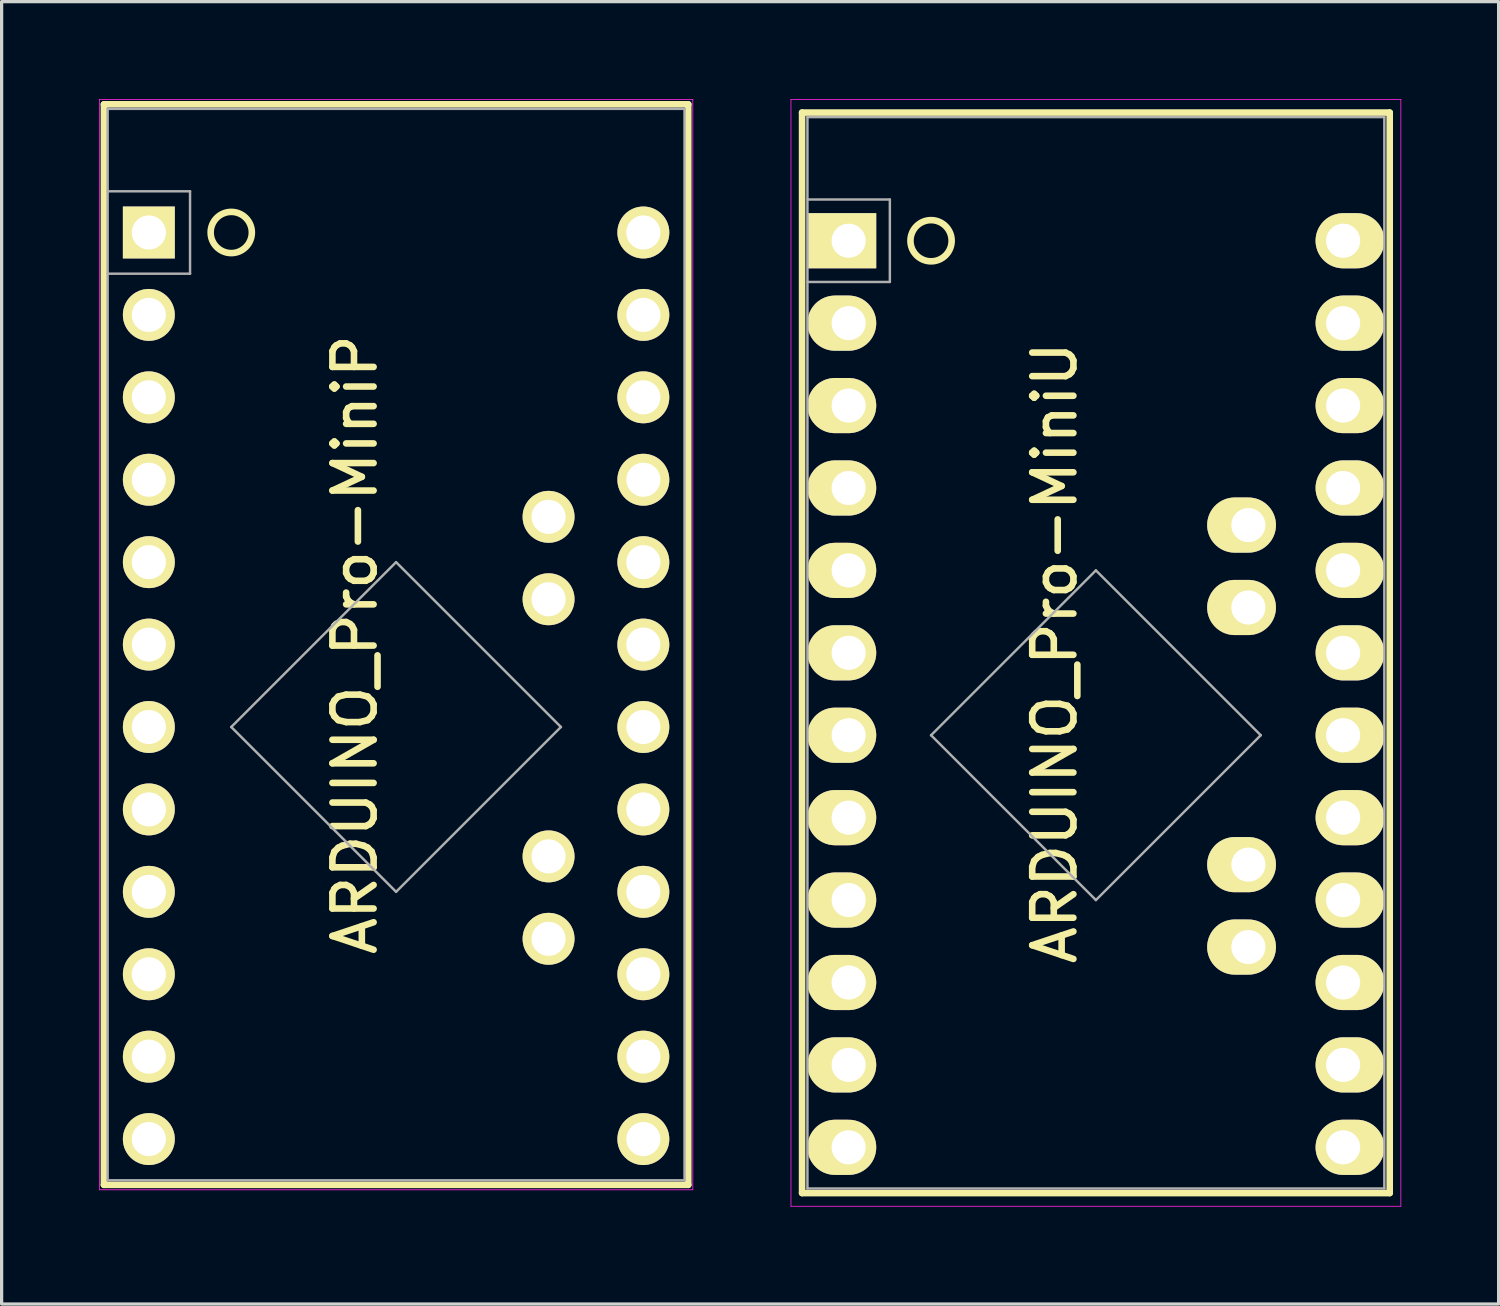
<source format=kicad_pcb>
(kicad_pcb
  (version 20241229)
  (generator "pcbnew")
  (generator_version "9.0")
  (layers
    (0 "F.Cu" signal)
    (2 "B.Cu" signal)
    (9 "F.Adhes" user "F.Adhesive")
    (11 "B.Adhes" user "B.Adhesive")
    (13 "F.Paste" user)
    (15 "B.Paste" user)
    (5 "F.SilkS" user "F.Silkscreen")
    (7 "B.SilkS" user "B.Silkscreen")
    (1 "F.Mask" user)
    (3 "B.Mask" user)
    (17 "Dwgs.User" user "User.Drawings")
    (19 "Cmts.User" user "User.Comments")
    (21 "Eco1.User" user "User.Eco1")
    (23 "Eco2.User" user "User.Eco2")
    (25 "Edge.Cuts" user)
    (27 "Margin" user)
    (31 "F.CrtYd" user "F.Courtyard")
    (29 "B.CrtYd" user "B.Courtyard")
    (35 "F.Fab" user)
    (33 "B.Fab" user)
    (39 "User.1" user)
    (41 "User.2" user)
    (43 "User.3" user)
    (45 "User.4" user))
  (footprint "ARDUINO_Pro-MiniU"
    (layer "F.Cu")
    (at 30.724 17.069)
    (property "Reference" "ARDUINO_Pro-MiniU" (at -1.27 0 90) (layer "F.SilkS") (effects (font (size 1.27 1.27) (thickness 0.203))))
    (attr through_hole)
    (fp_line (start -9.055 -16.65) (end 9.055 -16.65) (stroke (width 0.203) (type solid)) (layer "F.SilkS"))
    (fp_line (start -9.055 16.65) (end -9.055 -16.65) (stroke (width 0.203) (type solid)) (layer "F.SilkS"))
    (fp_line (start 9.055 -16.65) (end 9.055 16.65) (stroke (width 0.203) (type solid)) (layer "F.SilkS"))
    (fp_line (start 9.055 16.65) (end -9.055 16.65) (stroke (width 0.203) (type solid)) (layer "F.SilkS"))
    (fp_circle (center -5.08 -12.7) (end -4.445 -12.7) (stroke (width 0.203) (type solid)) (fill no) (layer "F.SilkS"))
    (fp_line (start -9.398 -17.056) (end 9.398 -17.056) (stroke (width 0.025) (type solid)) (layer "F.CrtYd"))
    (fp_line (start -9.398 17.056) (end -9.398 -17.056) (stroke (width 0.025) (type solid)) (layer "F.CrtYd"))
    (fp_line (start 9.398 -17.056) (end 9.398 17.056) (stroke (width 0.025) (type solid)) (layer "F.CrtYd"))
    (fp_line (start 9.398 17.056) (end -9.398 17.056) (stroke (width 0.025) (type solid)) (layer "F.CrtYd"))
    (fp_line (start -8.89 -16.51) (end 8.89 -16.51) (stroke (width 0.076) (type solid)) (layer "F.Fab"))
    (fp_line (start -8.89 -13.97) (end -6.35 -13.97) (stroke (width 0.076) (type solid)) (layer "F.Fab"))
    (fp_line (start -8.89 16.51) (end -8.89 -16.51) (stroke (width 0.076) (type solid)) (layer "F.Fab"))
    (fp_line (start -6.35 -13.97) (end -6.35 -11.43) (stroke (width 0.076) (type solid)) (layer "F.Fab"))
    (fp_line (start -6.35 -11.43) (end -8.89 -11.43) (stroke (width 0.076) (type solid)) (layer "F.Fab"))
    (fp_line (start -5.08 2.54) (end 0 7.62) (stroke (width 0.076) (type solid)) (layer "F.Fab"))
    (fp_line (start 0 -2.54) (end -5.08 2.54) (stroke (width 0.076) (type solid)) (layer "F.Fab"))
    (fp_line (start 0 7.62) (end 5.08 2.54) (stroke (width 0.076) (type solid)) (layer "F.Fab"))
    (fp_line (start 5.08 2.54) (end 0 -2.54) (stroke (width 0.076) (type solid)) (layer "F.Fab"))
    (fp_line (start 8.89 -16.51) (end 8.89 16.51) (stroke (width 0.076) (type solid)) (layer "F.Fab"))
    (fp_line (start 8.89 16.51) (end -8.89 16.51) (stroke (width 0.076) (type solid)) (layer "F.Fab"))
    (pad "1" thru_hole rect (at -7.62 -12.7 180) (size 2.12 1.7) (drill 1.05 (offset 0.21 0)) (layers "*.Cu" "*.Mask" "F.SilkS"))
    (pad "2" thru_hole oval (at -7.62 -10.16 180) (size 2.12 1.7) (drill 1.05 (offset 0.21 0)) (layers "*.Cu" "*.Mask" "F.SilkS"))
    (pad "3" thru_hole oval (at -7.62 -7.62 180) (size 2.12 1.7) (drill 1.05 (offset 0.21 0)) (layers "*.Cu" "*.Mask" "F.SilkS"))
    (pad "4" thru_hole oval (at -7.62 -5.08 180) (size 2.12 1.7) (drill 1.05 (offset 0.21 0)) (layers "*.Cu" "*.Mask" "F.SilkS"))
    (pad "5" thru_hole oval (at -7.62 -2.54 180) (size 2.12 1.7) (drill 1.05 (offset 0.21 0)) (layers "*.Cu" "*.Mask" "F.SilkS"))
    (pad "6" thru_hole oval (at -7.62 0 180) (size 2.12 1.7) (drill 1.05 (offset 0.21 0)) (layers "*.Cu" "*.Mask" "F.SilkS"))
    (pad "7" thru_hole oval (at -7.62 2.54 180) (size 2.12 1.7) (drill 1.05 (offset 0.21 0)) (layers "*.Cu" "*.Mask" "F.SilkS"))
    (pad "8" thru_hole oval (at -7.62 5.08 180) (size 2.12 1.7) (drill 1.05 (offset 0.21 0)) (layers "*.Cu" "*.Mask" "F.SilkS"))
    (pad "9" thru_hole oval (at -7.62 7.62 180) (size 2.12 1.7) (drill 1.05 (offset 0.21 0)) (layers "*.Cu" "*.Mask" "F.SilkS"))
    (pad "10" thru_hole oval (at -7.62 10.16 180) (size 2.12 1.7) (drill 1.05 (offset 0.21 0)) (layers "*.Cu" "*.Mask" "F.SilkS"))
    (pad "11" thru_hole oval (at -7.62 12.7 180) (size 2.12 1.7) (drill 1.05 (offset 0.21 0)) (layers "*.Cu" "*.Mask" "F.SilkS"))
    (pad "12" thru_hole oval (at -7.62 15.24 180) (size 2.12 1.7) (drill 1.05 (offset 0.21 0)) (layers "*.Cu" "*.Mask" "F.SilkS"))
    (pad "13" thru_hole oval (at 7.62 15.24) (size 2.12 1.7) (drill 1.05 (offset 0.21 0)) (layers "*.Cu" "*.Mask" "F.SilkS"))
    (pad "14" thru_hole oval (at 7.62 12.7) (size 2.12 1.7) (drill 1.05 (offset 0.21 0)) (layers "*.Cu" "*.Mask" "F.SilkS"))
    (pad "15" thru_hole oval (at 7.62 10.16) (size 2.12 1.7) (drill 1.05 (offset 0.21 0)) (layers "*.Cu" "*.Mask" "F.SilkS"))
    (pad "16" thru_hole oval (at 7.62 7.62) (size 2.12 1.7) (drill 1.05 (offset 0.21 0)) (layers "*.Cu" "*.Mask" "F.SilkS"))
    (pad "17" thru_hole oval (at 7.62 5.08) (size 2.12 1.7) (drill 1.05 (offset 0.21 0)) (layers "*.Cu" "*.Mask" "F.SilkS"))
    (pad "18" thru_hole oval (at 7.62 2.54) (size 2.12 1.7) (drill 1.05 (offset 0.21 0)) (layers "*.Cu" "*.Mask" "F.SilkS"))
    (pad "19" thru_hole oval (at 7.62 0) (size 2.12 1.7) (drill 1.05 (offset 0.21 0)) (layers "*.Cu" "*.Mask" "F.SilkS"))
    (pad "20" thru_hole oval (at 7.62 -2.54) (size 2.12 1.7) (drill 1.05 (offset 0.21 0)) (layers "*.Cu" "*.Mask" "F.SilkS"))
    (pad "21" thru_hole oval (at 7.62 -5.08) (size 2.12 1.7) (drill 1.05 (offset 0.21 0)) (layers "*.Cu" "*.Mask" "F.SilkS"))
    (pad "22" thru_hole oval (at 7.62 -7.62) (size 2.12 1.7) (drill 1.05 (offset 0.21 0)) (layers "*.Cu" "*.Mask" "F.SilkS"))
    (pad "23" thru_hole oval (at 7.62 -10.16) (size 2.12 1.7) (drill 1.05 (offset 0.21 0)) (layers "*.Cu" "*.Mask" "F.SilkS"))
    (pad "24" thru_hole oval (at 7.62 -12.7) (size 2.12 1.7) (drill 1.05 (offset 0.21 0)) (layers "*.Cu" "*.Mask" "F.SilkS"))
    (pad "A4" thru_hole oval (at 4.699 -1.397 180) (size 2.12 1.7) (drill 1.05 (offset 0.21 0)) (layers "*.Cu" "*.Mask" "F.SilkS"))
    (pad "A5" thru_hole oval (at 4.699 -3.937 180) (size 2.12 1.7) (drill 1.05 (offset 0.21 0)) (layers "*.Cu" "*.Mask" "F.SilkS"))
    (pad "A6" thru_hole oval (at 4.699 9.068 180) (size 2.12 1.7) (drill 1.05 (offset 0.21 0)) (layers "*.Cu" "*.Mask" "F.SilkS"))
    (pad "A7" thru_hole oval (at 4.699 6.528 180) (size 2.12 1.7) (drill 1.05 (offset 0.21 0)) (layers "*.Cu" "*.Mask" "F.SilkS")))
  (footprint "ARDUINO_Pro-MiniP"
    (layer "F.Cu")
    (at 9.157 16.815)
    (property "Reference" "ARDUINO_Pro-MiniP" (at -1.27 0 90) (layer "F.SilkS") (effects (font (size 1.27 1.27) (thickness 0.203))))
    (attr through_hole)
    (fp_line (start -9.004 -16.65) (end 9.004 -16.65) (stroke (width 0.203) (type solid)) (layer "F.SilkS"))
    (fp_line (start -9.004 16.65) (end -9.004 -16.65) (stroke (width 0.203) (type solid)) (layer "F.SilkS"))
    (fp_line (start 9.004 -16.65) (end 9.004 16.65) (stroke (width 0.203) (type solid)) (layer "F.SilkS"))
    (fp_line (start 9.004 16.65) (end -9.004 16.65) (stroke (width 0.203) (type solid)) (layer "F.SilkS"))
    (fp_circle (center -5.08 -12.7) (end -4.445 -12.7) (stroke (width 0.203) (type solid)) (fill no) (layer "F.SilkS"))
    (fp_line (start -9.144 -16.802) (end 9.144 -16.802) (stroke (width 0.025) (type solid)) (layer "F.CrtYd"))
    (fp_line (start -9.144 16.802) (end -9.144 -16.802) (stroke (width 0.025) (type solid)) (layer "F.CrtYd"))
    (fp_line (start 9.144 -16.802) (end 9.144 16.802) (stroke (width 0.025) (type solid)) (layer "F.CrtYd"))
    (fp_line (start 9.144 16.802) (end -9.144 16.802) (stroke (width 0.025) (type solid)) (layer "F.CrtYd"))
    (fp_line (start -8.89 -16.51) (end 8.89 -16.51) (stroke (width 0.076) (type solid)) (layer "F.Fab"))
    (fp_line (start -8.89 -13.97) (end -6.35 -13.97) (stroke (width 0.076) (type solid)) (layer "F.Fab"))
    (fp_line (start -8.89 16.51) (end -8.89 -16.51) (stroke (width 0.076) (type solid)) (layer "F.Fab"))
    (fp_line (start -6.35 -13.97) (end -6.35 -11.43) (stroke (width 0.076) (type solid)) (layer "F.Fab"))
    (fp_line (start -6.35 -11.43) (end -8.89 -11.43) (stroke (width 0.076) (type solid)) (layer "F.Fab"))
    (fp_line (start -5.08 2.54) (end 0 7.62) (stroke (width 0.076) (type solid)) (layer "F.Fab"))
    (fp_line (start 0 -2.54) (end -5.08 2.54) (stroke (width 0.076) (type solid)) (layer "F.Fab"))
    (fp_line (start 0 7.62) (end 5.08 2.54) (stroke (width 0.076) (type solid)) (layer "F.Fab"))
    (fp_line (start 5.08 2.54) (end 0 -2.54) (stroke (width 0.076) (type solid)) (layer "F.Fab"))
    (fp_line (start 8.89 -16.51) (end 8.89 16.51) (stroke (width 0.076) (type solid)) (layer "F.Fab"))
    (fp_line (start 8.89 16.51) (end -8.89 16.51) (stroke (width 0.076) (type solid)) (layer "F.Fab"))
    (pad "1" thru_hole rect (at -7.62 -12.7) (size 1.6 1.6) (drill 1.05) (layers "*.Cu" "*.Mask" "F.SilkS"))
    (pad "2" thru_hole circle (at -7.62 -10.16) (size 1.6 1.6) (drill 1.05) (layers "*.Cu" "*.Mask" "F.SilkS"))
    (pad "3" thru_hole circle (at -7.62 -7.62) (size 1.6 1.6) (drill 1.05) (layers "*.Cu" "*.Mask" "F.SilkS"))
    (pad "4" thru_hole circle (at -7.62 -5.08) (size 1.6 1.6) (drill 1.05) (layers "*.Cu" "*.Mask" "F.SilkS"))
    (pad "5" thru_hole circle (at -7.62 -2.54) (size 1.6 1.6) (drill 1.05) (layers "*.Cu" "*.Mask" "F.SilkS"))
    (pad "6" thru_hole circle (at -7.62 0) (size 1.6 1.6) (drill 1.05) (layers "*.Cu" "*.Mask" "F.SilkS"))
    (pad "7" thru_hole circle (at -7.62 2.54) (size 1.6 1.6) (drill 1.05) (layers "*.Cu" "*.Mask" "F.SilkS"))
    (pad "8" thru_hole circle (at -7.62 5.08) (size 1.6 1.6) (drill 1.05) (layers "*.Cu" "*.Mask" "F.SilkS"))
    (pad "9" thru_hole circle (at -7.62 7.62) (size 1.6 1.6) (drill 1.05) (layers "*.Cu" "*.Mask" "F.SilkS"))
    (pad "10" thru_hole circle (at -7.62 10.16) (size 1.6 1.6) (drill 1.05) (layers "*.Cu" "*.Mask" "F.SilkS"))
    (pad "11" thru_hole circle (at -7.62 12.7) (size 1.6 1.6) (drill 1.05) (layers "*.Cu" "*.Mask" "F.SilkS"))
    (pad "12" thru_hole circle (at -7.62 15.24) (size 1.6 1.6) (drill 1.05) (layers "*.Cu" "*.Mask" "F.SilkS"))
    (pad "13" thru_hole circle (at 7.62 15.24) (size 1.6 1.6) (drill 1.05) (layers "*.Cu" "*.Mask" "F.SilkS"))
    (pad "14" thru_hole circle (at 7.62 12.7) (size 1.6 1.6) (drill 1.05) (layers "*.Cu" "*.Mask" "F.SilkS"))
    (pad "15" thru_hole circle (at 7.62 10.16) (size 1.6 1.6) (drill 1.05) (layers "*.Cu" "*.Mask" "F.SilkS"))
    (pad "16" thru_hole circle (at 7.62 7.62) (size 1.6 1.6) (drill 1.05) (layers "*.Cu" "*.Mask" "F.SilkS"))
    (pad "17" thru_hole circle (at 7.62 5.08) (size 1.6 1.6) (drill 1.05) (layers "*.Cu" "*.Mask" "F.SilkS"))
    (pad "18" thru_hole circle (at 7.62 2.54) (size 1.6 1.6) (drill 1.05) (layers "*.Cu" "*.Mask" "F.SilkS"))
    (pad "19" thru_hole circle (at 7.62 0) (size 1.6 1.6) (drill 1.05) (layers "*.Cu" "*.Mask" "F.SilkS"))
    (pad "20" thru_hole circle (at 7.62 -2.54) (size 1.6 1.6) (drill 1.05) (layers "*.Cu" "*.Mask" "F.SilkS"))
    (pad "21" thru_hole circle (at 7.62 -5.08) (size 1.6 1.6) (drill 1.05) (layers "*.Cu" "*.Mask" "F.SilkS"))
    (pad "22" thru_hole circle (at 7.62 -7.62) (size 1.6 1.6) (drill 1.05) (layers "*.Cu" "*.Mask" "F.SilkS"))
    (pad "23" thru_hole circle (at 7.62 -10.16) (size 1.6 1.6) (drill 1.05) (layers "*.Cu" "*.Mask" "F.SilkS"))
    (pad "24" thru_hole circle (at 7.62 -12.7) (size 1.6 1.6) (drill 1.05) (layers "*.Cu" "*.Mask" "F.SilkS"))
    (pad "A4" thru_hole circle (at 4.699 -1.397) (size 1.6 1.6) (drill 1.05) (layers "*.Cu" "*.Mask" "F.SilkS"))
    (pad "A5" thru_hole circle (at 4.699 -3.937) (size 1.6 1.6) (drill 1.05) (layers "*.Cu" "*.Mask" "F.SilkS"))
    (pad "A6" thru_hole circle (at 4.699 9.068) (size 1.6 1.6) (drill 1.05) (layers "*.Cu" "*.Mask" "F.SilkS"))
    (pad "A7" thru_hole circle (at 4.699 6.528) (size 1.6 1.6) (drill 1.05) (layers "*.Cu" "*.Mask" "F.SilkS")))
  (gr_rect
    (start -3 -3)
    (end 43.135 37.138)
    (stroke (width 0.1) (type default))
    (fill no)
    (layer "Edge.Cuts")))
</source>
